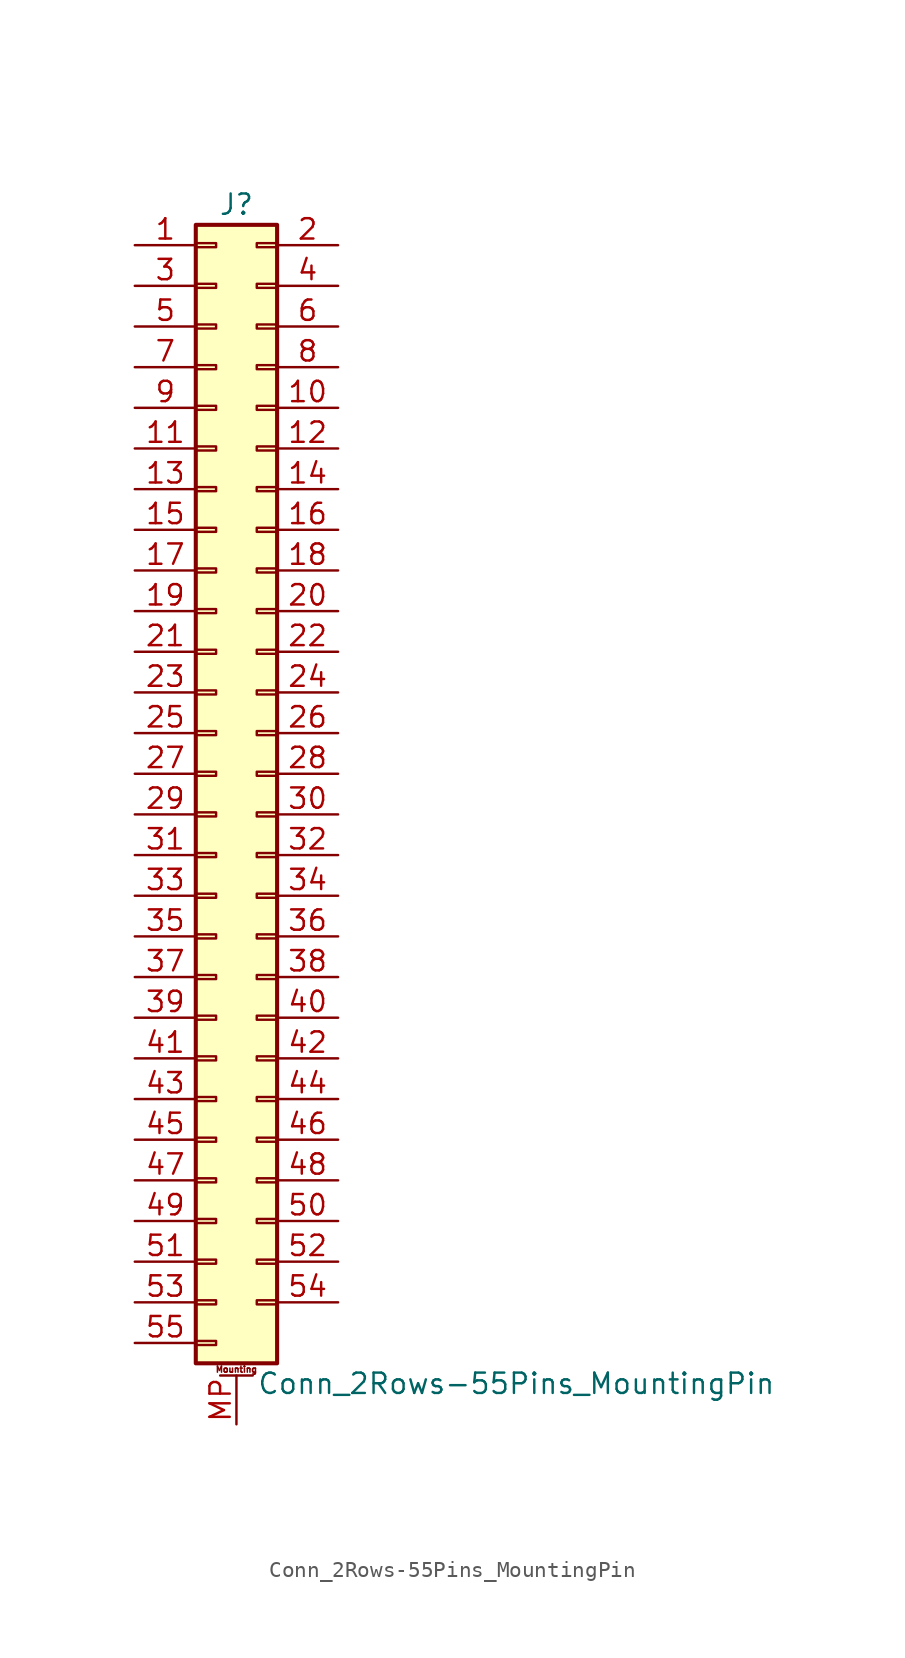
<source format=kicad_sym>
(kicad_symbol_lib
  (version 20201005)
  (generator kicad_symbol_editor)
  (symbol "Connector_Generic_MountingPin:Conn_2Rows-55Pins_MountingPin"
    (pin_names
      (offset 1.016) hide)
    (property "Reference" "J"
      (at 1.27 35.56 0)
      (effects (font (size 1.27 1.27))))
    (property "Value" "Conn_2Rows-55Pins_MountingPin"
      (at 2.54 -38.1 0)
      (effects (font (size 1.27 1.27)) (justify left)))
    (symbol "Conn_2Rows-55Pins_MountingPin_1_1"
      (text "Mounting" (at 1.27 -37.211 0) (effects (font (size 0.381 0.381))))
      (rectangle (start -1.27 -27.813) (end 0 -28.067) (stroke (width 0.152)) (fill (type none)))
      (rectangle (start -1.27 -30.353) (end 0 -30.607) (stroke (width 0.152)) (fill (type none)))
      (rectangle (start -1.27 -32.893) (end 0 -33.147) (stroke (width 0.152)) (fill (type none)))
      (rectangle (start -1.27 -35.433) (end 0 -35.687) (stroke (width 0.152)) (fill (type none)))
      (rectangle (start -1.27 -4.953) (end 0 -5.207) (stroke (width 0.152)) (fill (type none)))
      (rectangle (start -1.27 -7.493) (end 0 -7.747) (stroke (width 0.152)) (fill (type none)))
      (rectangle (start -1.27 -10.033) (end 0 -10.287) (stroke (width 0.152)) (fill (type none)))
      (rectangle (start -1.27 -12.573) (end 0 -12.827) (stroke (width 0.152)) (fill (type none)))
      (rectangle (start -1.27 -15.113) (end 0 -15.367) (stroke (width 0.152)) (fill (type none)))
      (rectangle (start -1.27 -17.653) (end 0 -17.907) (stroke (width 0.152)) (fill (type none)))
      (rectangle (start -1.27 -20.193) (end 0 -20.447) (stroke (width 0.152)) (fill (type none)))
      (rectangle (start -1.27 -22.733) (end 0 -22.987) (stroke (width 0.152)) (fill (type none)))
      (rectangle (start -1.27 -2.413) (end 0 -2.667) (stroke (width 0.152)) (fill (type none)))
      (rectangle (start -1.27 -25.273) (end 0 -25.527) (stroke (width 0.152)) (fill (type none)))
      (rectangle (start -1.27 25.527) (end 0 25.273) (stroke (width 0.152)) (fill (type none)))
      (rectangle (start -1.27 2.667) (end 0 2.413) (stroke (width 0.152)) (fill (type none)))
      (rectangle (start -1.27 28.067) (end 0 27.813) (stroke (width 0.152)) (fill (type none)))
      (rectangle (start -1.27 30.607) (end 0 30.353) (stroke (width 0.152)) (fill (type none)))
      (rectangle (start -1.27 33.147) (end 0 32.893) (stroke (width 0.152)) (fill (type none)))
      (rectangle (start -1.27 34.29) (end 3.81 -36.83) (stroke (width 0.254)) (fill (type background)))
      (rectangle (start -1.27 5.207) (end 0 4.953) (stroke (width 0.152)) (fill (type none)))
      (rectangle (start -1.27 7.747) (end 0 7.493) (stroke (width 0.152)) (fill (type none)))
      (rectangle (start -1.27 10.287) (end 0 10.033) (stroke (width 0.152)) (fill (type none)))
      (rectangle (start -1.27 0.127) (end 0 -0.127) (stroke (width 0.152)) (fill (type none)))
      (rectangle (start -1.27 12.827) (end 0 12.573) (stroke (width 0.152)) (fill (type none)))
      (rectangle (start -1.27 15.367) (end 0 15.113) (stroke (width 0.152)) (fill (type none)))
      (rectangle (start -1.27 17.907) (end 0 17.653) (stroke (width 0.152)) (fill (type none)))
      (rectangle (start -1.27 20.447) (end 0 20.193) (stroke (width 0.152)) (fill (type none)))
      (rectangle (start -1.27 22.987) (end 0 22.733) (stroke (width 0.152)) (fill (type none)))
      (rectangle (start 3.81 -27.813) (end 2.54 -28.067) (stroke (width 0.152)) (fill (type none)))
      (rectangle (start 3.81 -30.353) (end 2.54 -30.607) (stroke (width 0.152)) (fill (type none)))
      (rectangle (start 3.81 -32.893) (end 2.54 -33.147) (stroke (width 0.152)) (fill (type none)))
      (rectangle (start 3.81 -4.953) (end 2.54 -5.207) (stroke (width 0.152)) (fill (type none)))
      (rectangle (start 3.81 -7.493) (end 2.54 -7.747) (stroke (width 0.152)) (fill (type none)))
      (rectangle (start 3.81 -10.033) (end 2.54 -10.287) (stroke (width 0.152)) (fill (type none)))
      (rectangle (start 3.81 -12.573) (end 2.54 -12.827) (stroke (width 0.152)) (fill (type none)))
      (rectangle (start 3.81 -15.113) (end 2.54 -15.367) (stroke (width 0.152)) (fill (type none)))
      (rectangle (start 3.81 -17.653) (end 2.54 -17.907) (stroke (width 0.152)) (fill (type none)))
      (rectangle (start 3.81 -20.193) (end 2.54 -20.447) (stroke (width 0.152)) (fill (type none)))
      (rectangle (start 3.81 -22.733) (end 2.54 -22.987) (stroke (width 0.152)) (fill (type none)))
      (rectangle (start 3.81 -2.413) (end 2.54 -2.667) (stroke (width 0.152)) (fill (type none)))
      (rectangle (start 3.81 -25.273) (end 2.54 -25.527) (stroke (width 0.152)) (fill (type none)))
      (rectangle (start 3.81 25.527) (end 2.54 25.273) (stroke (width 0.152)) (fill (type none)))
      (rectangle (start 3.81 2.667) (end 2.54 2.413) (stroke (width 0.152)) (fill (type none)))
      (rectangle (start 3.81 28.067) (end 2.54 27.813) (stroke (width 0.152)) (fill (type none)))
      (rectangle (start 3.81 30.607) (end 2.54 30.353) (stroke (width 0.152)) (fill (type none)))
      (rectangle (start 3.81 33.147) (end 2.54 32.893) (stroke (width 0.152)) (fill (type none)))
      (rectangle (start 3.81 5.207) (end 2.54 4.953) (stroke (width 0.152)) (fill (type none)))
      (rectangle (start 3.81 7.747) (end 2.54 7.493) (stroke (width 0.152)) (fill (type none)))
      (rectangle (start 3.81 10.287) (end 2.54 10.033) (stroke (width 0.152)) (fill (type none)))
      (rectangle (start 3.81 0.127) (end 2.54 -0.127) (stroke (width 0.152)) (fill (type none)))
      (rectangle (start 3.81 12.827) (end 2.54 12.573) (stroke (width 0.152)) (fill (type none)))
      (rectangle (start 3.81 15.367) (end 2.54 15.113) (stroke (width 0.152)) (fill (type none)))
      (rectangle (start 3.81 17.907) (end 2.54 17.653) (stroke (width 0.152)) (fill (type none)))
      (rectangle (start 3.81 20.447) (end 2.54 20.193) (stroke (width 0.152)) (fill (type none)))
      (rectangle (start 3.81 22.987) (end 2.54 22.733) (stroke (width 0.152)) (fill (type none)))
      (polyline (pts (xy 0.254 -37.592) (xy 2.286 -37.592)) (stroke (width 0.152)) (fill (type none)))
      (pin passive line (at 1.27 -40.64 90) (length 3.048) (name "MountPin" (effects (font (size 1.27 1.27)))) (number "MP" (effects (font (size 1.27 1.27)))))
      (pin passive line (at -5.08 33.02 0) (length 3.81) (name "Pin_1" (effects (font (size 1.27 1.27)))) (number "1" (effects (font (size 1.27 1.27)))))
      (pin passive line (at 7.62 22.86 180) (length 3.81) (name "Pin_10" (effects (font (size 1.27 1.27)))) (number "10" (effects (font (size 1.27 1.27)))))
      (pin passive line (at -5.08 20.32 0) (length 3.81) (name "Pin_11" (effects (font (size 1.27 1.27)))) (number "11" (effects (font (size 1.27 1.27)))))
      (pin passive line (at 7.62 20.32 180) (length 3.81) (name "Pin_12" (effects (font (size 1.27 1.27)))) (number "12" (effects (font (size 1.27 1.27)))))
      (pin passive line (at -5.08 17.78 0) (length 3.81) (name "Pin_13" (effects (font (size 1.27 1.27)))) (number "13" (effects (font (size 1.27 1.27)))))
      (pin passive line (at 7.62 17.78 180) (length 3.81) (name "Pin_14" (effects (font (size 1.27 1.27)))) (number "14" (effects (font (size 1.27 1.27)))))
      (pin passive line (at -5.08 15.24 0) (length 3.81) (name "Pin_15" (effects (font (size 1.27 1.27)))) (number "15" (effects (font (size 1.27 1.27)))))
      (pin passive line (at 7.62 15.24 180) (length 3.81) (name "Pin_16" (effects (font (size 1.27 1.27)))) (number "16" (effects (font (size 1.27 1.27)))))
      (pin passive line (at -5.08 12.7 0) (length 3.81) (name "Pin_17" (effects (font (size 1.27 1.27)))) (number "17" (effects (font (size 1.27 1.27)))))
      (pin passive line (at 7.62 12.7 180) (length 3.81) (name "Pin_18" (effects (font (size 1.27 1.27)))) (number "18" (effects (font (size 1.27 1.27)))))
      (pin passive line (at -5.08 10.16 0) (length 3.81) (name "Pin_19" (effects (font (size 1.27 1.27)))) (number "19" (effects (font (size 1.27 1.27)))))
      (pin passive line (at 7.62 33.02 180) (length 3.81) (name "Pin_2" (effects (font (size 1.27 1.27)))) (number "2" (effects (font (size 1.27 1.27)))))
      (pin passive line (at 7.62 10.16 180) (length 3.81) (name "Pin_20" (effects (font (size 1.27 1.27)))) (number "20" (effects (font (size 1.27 1.27)))))
      (pin passive line (at -5.08 7.62 0) (length 3.81) (name "Pin_21" (effects (font (size 1.27 1.27)))) (number "21" (effects (font (size 1.27 1.27)))))
      (pin passive line (at 7.62 7.62 180) (length 3.81) (name "Pin_22" (effects (font (size 1.27 1.27)))) (number "22" (effects (font (size 1.27 1.27)))))
      (pin passive line (at -5.08 5.08 0) (length 3.81) (name "Pin_23" (effects (font (size 1.27 1.27)))) (number "23" (effects (font (size 1.27 1.27)))))
      (pin passive line (at 7.62 5.08 180) (length 3.81) (name "Pin_24" (effects (font (size 1.27 1.27)))) (number "24" (effects (font (size 1.27 1.27)))))
      (pin passive line (at -5.08 2.54 0) (length 3.81) (name "Pin_25" (effects (font (size 1.27 1.27)))) (number "25" (effects (font (size 1.27 1.27)))))
      (pin passive line (at 7.62 2.54 180) (length 3.81) (name "Pin_26" (effects (font (size 1.27 1.27)))) (number "26" (effects (font (size 1.27 1.27)))))
      (pin passive line (at -5.08 0 0) (length 3.81) (name "Pin_27" (effects (font (size 1.27 1.27)))) (number "27" (effects (font (size 1.27 1.27)))))
      (pin passive line (at 7.62 0 180) (length 3.81) (name "Pin_28" (effects (font (size 1.27 1.27)))) (number "28" (effects (font (size 1.27 1.27)))))
      (pin passive line (at -5.08 -2.54 0) (length 3.81) (name "Pin_29" (effects (font (size 1.27 1.27)))) (number "29" (effects (font (size 1.27 1.27)))))
      (pin passive line (at -5.08 30.48 0) (length 3.81) (name "Pin_3" (effects (font (size 1.27 1.27)))) (number "3" (effects (font (size 1.27 1.27)))))
      (pin passive line (at 7.62 -2.54 180) (length 3.81) (name "Pin_30" (effects (font (size 1.27 1.27)))) (number "30" (effects (font (size 1.27 1.27)))))
      (pin passive line (at -5.08 -5.08 0) (length 3.81) (name "Pin_31" (effects (font (size 1.27 1.27)))) (number "31" (effects (font (size 1.27 1.27)))))
      (pin passive line (at 7.62 -5.08 180) (length 3.81) (name "Pin_32" (effects (font (size 1.27 1.27)))) (number "32" (effects (font (size 1.27 1.27)))))
      (pin passive line (at -5.08 -7.62 0) (length 3.81) (name "Pin_33" (effects (font (size 1.27 1.27)))) (number "33" (effects (font (size 1.27 1.27)))))
      (pin passive line (at 7.62 -7.62 180) (length 3.81) (name "Pin_34" (effects (font (size 1.27 1.27)))) (number "34" (effects (font (size 1.27 1.27)))))
      (pin passive line (at -5.08 -10.16 0) (length 3.81) (name "Pin_35" (effects (font (size 1.27 1.27)))) (number "35" (effects (font (size 1.27 1.27)))))
      (pin passive line (at 7.62 -10.16 180) (length 3.81) (name "Pin_36" (effects (font (size 1.27 1.27)))) (number "36" (effects (font (size 1.27 1.27)))))
      (pin passive line (at -5.08 -12.7 0) (length 3.81) (name "Pin_37" (effects (font (size 1.27 1.27)))) (number "37" (effects (font (size 1.27 1.27)))))
      (pin passive line (at 7.62 -12.7 180) (length 3.81) (name "Pin_38" (effects (font (size 1.27 1.27)))) (number "38" (effects (font (size 1.27 1.27)))))
      (pin passive line (at -5.08 -15.24 0) (length 3.81) (name "Pin_39" (effects (font (size 1.27 1.27)))) (number "39" (effects (font (size 1.27 1.27)))))
      (pin passive line (at 7.62 30.48 180) (length 3.81) (name "Pin_4" (effects (font (size 1.27 1.27)))) (number "4" (effects (font (size 1.27 1.27)))))
      (pin passive line (at 7.62 -15.24 180) (length 3.81) (name "Pin_40" (effects (font (size 1.27 1.27)))) (number "40" (effects (font (size 1.27 1.27)))))
      (pin passive line (at -5.08 -17.78 0) (length 3.81) (name "Pin_41" (effects (font (size 1.27 1.27)))) (number "41" (effects (font (size 1.27 1.27)))))
      (pin passive line (at 7.62 -17.78 180) (length 3.81) (name "Pin_42" (effects (font (size 1.27 1.27)))) (number "42" (effects (font (size 1.27 1.27)))))
      (pin passive line (at -5.08 -20.32 0) (length 3.81) (name "Pin_43" (effects (font (size 1.27 1.27)))) (number "43" (effects (font (size 1.27 1.27)))))
      (pin passive line (at 7.62 -20.32 180) (length 3.81) (name "Pin_44" (effects (font (size 1.27 1.27)))) (number "44" (effects (font (size 1.27 1.27)))))
      (pin passive line (at -5.08 -22.86 0) (length 3.81) (name "Pin_45" (effects (font (size 1.27 1.27)))) (number "45" (effects (font (size 1.27 1.27)))))
      (pin passive line (at 7.62 -22.86 180) (length 3.81) (name "Pin_46" (effects (font (size 1.27 1.27)))) (number "46" (effects (font (size 1.27 1.27)))))
      (pin passive line (at -5.08 -25.4 0) (length 3.81) (name "Pin_47" (effects (font (size 1.27 1.27)))) (number "47" (effects (font (size 1.27 1.27)))))
      (pin passive line (at 7.62 -25.4 180) (length 3.81) (name "Pin_48" (effects (font (size 1.27 1.27)))) (number "48" (effects (font (size 1.27 1.27)))))
      (pin passive line (at -5.08 -27.94 0) (length 3.81) (name "Pin_49" (effects (font (size 1.27 1.27)))) (number "49" (effects (font (size 1.27 1.27)))))
      (pin passive line (at -5.08 27.94 0) (length 3.81) (name "Pin_5" (effects (font (size 1.27 1.27)))) (number "5" (effects (font (size 1.27 1.27)))))
      (pin passive line (at 7.62 -27.94 180) (length 3.81) (name "Pin_50" (effects (font (size 1.27 1.27)))) (number "50" (effects (font (size 1.27 1.27)))))
      (pin passive line (at -5.08 -30.48 0) (length 3.81) (name "Pin_51" (effects (font (size 1.27 1.27)))) (number "51" (effects (font (size 1.27 1.27)))))
      (pin passive line (at 7.62 -30.48 180) (length 3.81) (name "Pin_52" (effects (font (size 1.27 1.27)))) (number "52" (effects (font (size 1.27 1.27)))))
      (pin passive line (at -5.08 -33.02 0) (length 3.81) (name "Pin_53" (effects (font (size 1.27 1.27)))) (number "53" (effects (font (size 1.27 1.27)))))
      (pin passive line (at 7.62 -33.02 180) (length 3.81) (name "Pin_54" (effects (font (size 1.27 1.27)))) (number "54" (effects (font (size 1.27 1.27)))))
      (pin passive line (at -5.08 -35.56 0) (length 3.81) (name "Pin_55" (effects (font (size 1.27 1.27)))) (number "55" (effects (font (size 1.27 1.27)))))
      (pin passive line (at 7.62 27.94 180) (length 3.81) (name "Pin_6" (effects (font (size 1.27 1.27)))) (number "6" (effects (font (size 1.27 1.27)))))
      (pin passive line (at -5.08 25.4 0) (length 3.81) (name "Pin_7" (effects (font (size 1.27 1.27)))) (number "7" (effects (font (size 1.27 1.27)))))
      (pin passive line (at 7.62 25.4 180) (length 3.81) (name "Pin_8" (effects (font (size 1.27 1.27)))) (number "8" (effects (font (size 1.27 1.27)))))
      (pin passive line (at -5.08 22.86 0) (length 3.81) (name "Pin_9" (effects (font (size 1.27 1.27)))) (number "9" (effects (font (size 1.27 1.27))))))))
</source>
